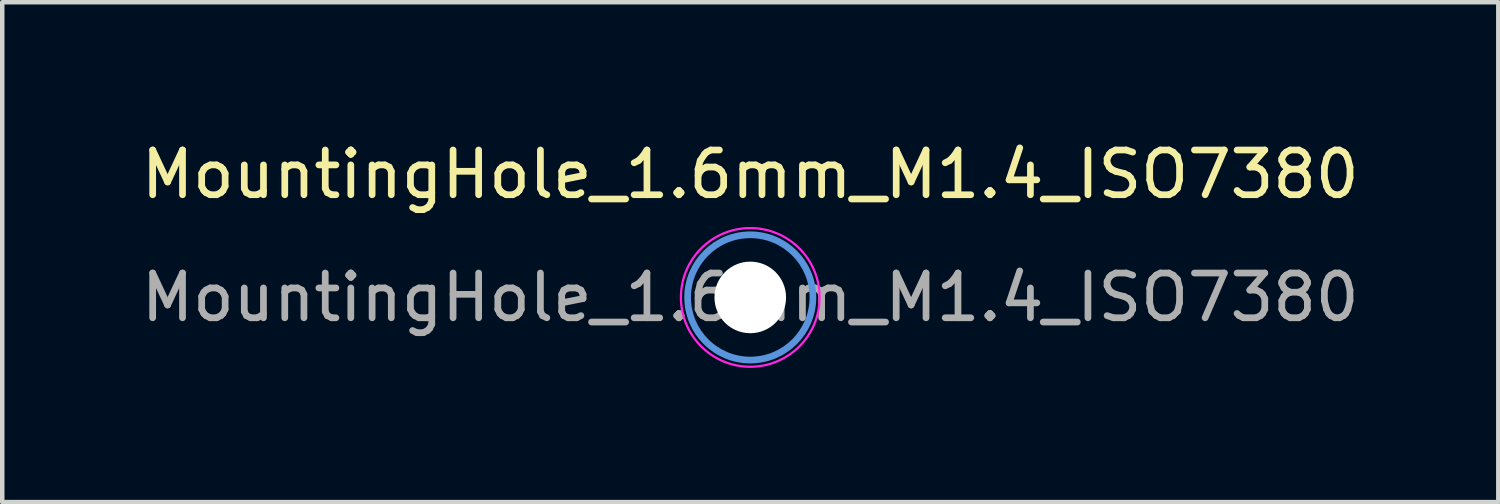
<source format=kicad_pcb>
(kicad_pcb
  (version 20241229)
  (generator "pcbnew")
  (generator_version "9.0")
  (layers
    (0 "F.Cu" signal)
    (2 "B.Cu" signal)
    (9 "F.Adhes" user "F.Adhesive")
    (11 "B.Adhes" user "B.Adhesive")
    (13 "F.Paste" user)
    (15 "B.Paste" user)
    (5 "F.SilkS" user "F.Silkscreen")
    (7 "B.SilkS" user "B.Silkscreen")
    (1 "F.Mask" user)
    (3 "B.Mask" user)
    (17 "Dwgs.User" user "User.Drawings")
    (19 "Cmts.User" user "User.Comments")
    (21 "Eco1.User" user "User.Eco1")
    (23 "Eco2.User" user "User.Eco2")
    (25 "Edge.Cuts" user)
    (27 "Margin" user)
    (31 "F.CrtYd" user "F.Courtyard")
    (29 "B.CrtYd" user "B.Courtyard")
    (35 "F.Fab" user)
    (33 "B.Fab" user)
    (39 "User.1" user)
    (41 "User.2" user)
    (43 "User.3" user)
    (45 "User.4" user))
  (footprint "MountingHole_1.6mm_M1.4_ISO7380"
    (layer "F.Cu")
    (at 13.72 3.598)
    (property "Reference" "MountingHole_1.6mm_M1.4_ISO7380" (at 0 -2.75 0) (layer "F.SilkS") (effects (font (size 1 1) (thickness 0.15))))
    (attr exclude_from_pos_files exclude_from_bom)
    (fp_circle (center 0 0) (end 1.4 0) (stroke (width 0.15) (type solid)) (fill no) (layer "Cmts.User"))
    (fp_circle (center 0 0) (end 1.55 0) (stroke (width 0.05) (type solid)) (fill no) (layer "F.CrtYd"))
    (fp_text user "${REFERENCE}" (at 0 0 0) (layer "F.Fab") (effects (font (size 1 1) (thickness 0.15))))
    (pad "" np_thru_hole circle (at 0 0) (size 1.6 1.6) (drill 1.6) (layers "*.Cu" "*.Mask")))
  (gr_rect
    (start -3 -3)
    (end 30.44 8.173)
    (stroke (width 0.1) (type default))
    (fill no)
    (layer "Edge.Cuts")))
</source>
